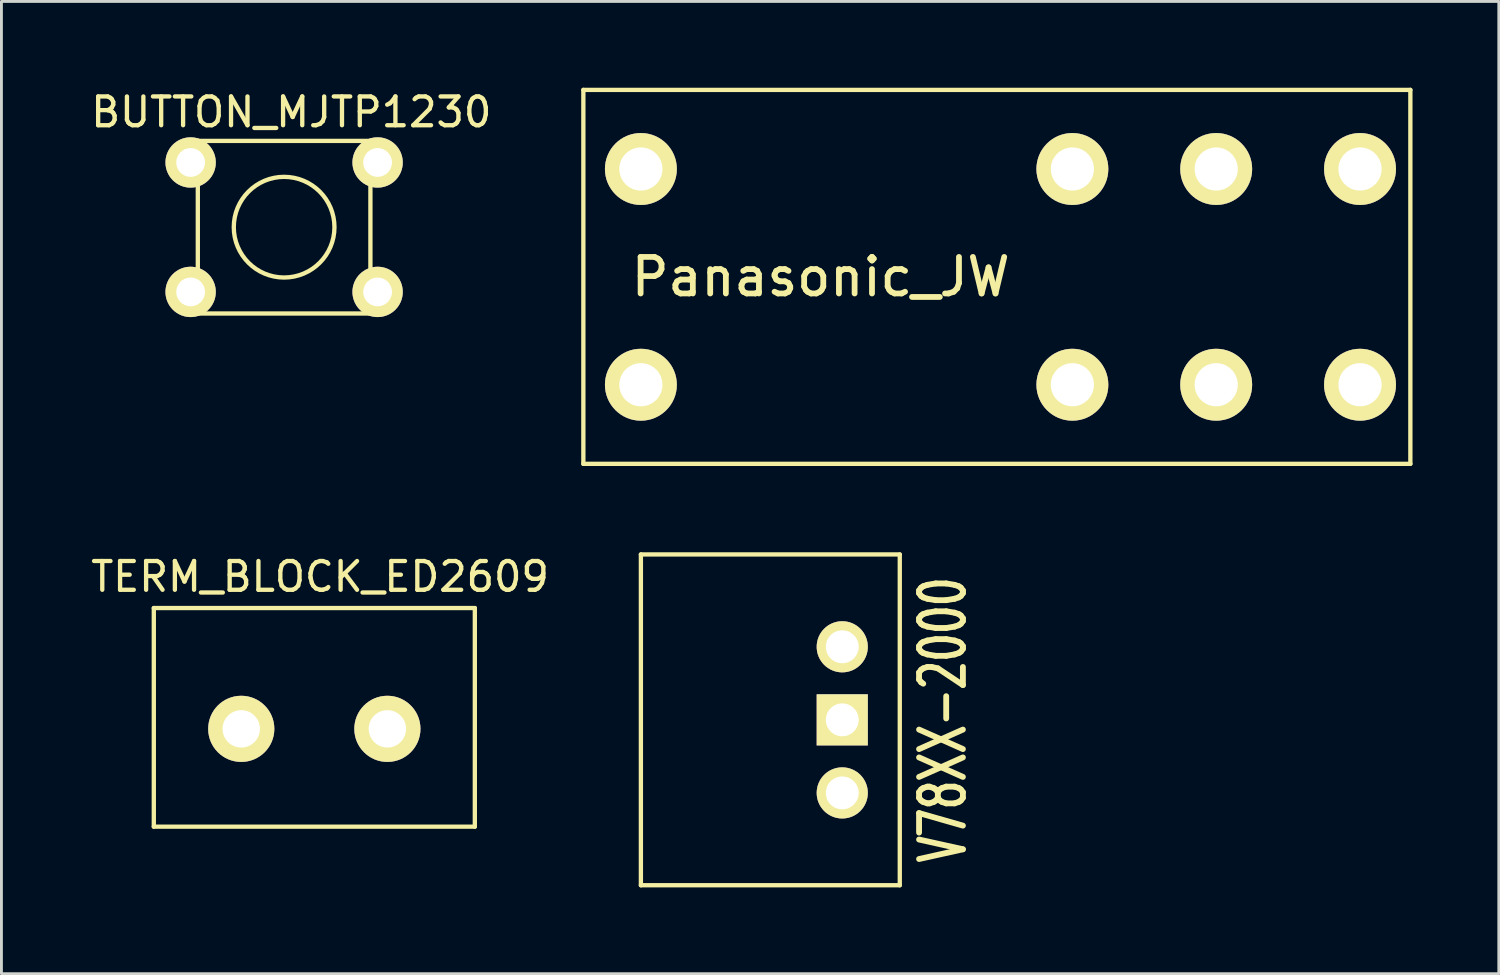
<source format=kicad_pcb>
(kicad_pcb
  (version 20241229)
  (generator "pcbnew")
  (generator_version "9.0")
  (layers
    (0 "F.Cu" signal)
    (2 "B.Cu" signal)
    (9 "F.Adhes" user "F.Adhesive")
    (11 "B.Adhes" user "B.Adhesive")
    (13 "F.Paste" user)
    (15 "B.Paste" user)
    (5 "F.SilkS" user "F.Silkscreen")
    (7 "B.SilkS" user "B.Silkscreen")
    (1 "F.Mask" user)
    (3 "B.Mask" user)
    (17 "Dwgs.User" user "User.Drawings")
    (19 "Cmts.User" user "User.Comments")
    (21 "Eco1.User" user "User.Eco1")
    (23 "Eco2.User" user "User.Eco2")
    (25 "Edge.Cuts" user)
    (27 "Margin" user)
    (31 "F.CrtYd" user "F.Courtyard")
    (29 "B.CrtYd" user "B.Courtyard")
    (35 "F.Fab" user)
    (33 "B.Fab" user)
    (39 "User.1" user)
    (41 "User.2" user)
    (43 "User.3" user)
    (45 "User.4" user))
  (footprint "Panasonic_JW"
    (layer "F.Cu")
    (at 33.73 6.575)
    (property "Reference" "Panasonic_JW" (at -8.25 0 0) (layer "F.SilkS") (effects (font (size 1.27 1.27) (thickness 0.201))))
    (attr exclude_from_pos_files exclude_from_bom)
    (fp_line (start -16.5 -6.5) (end -16.5 6.5) (stroke (width 0.15) (type solid)) (layer "F.SilkS"))
    (fp_line (start -16.5 -6.5) (end 12.25 -6.5) (stroke (width 0.15) (type solid)) (layer "F.SilkS"))
    (fp_line (start -16.5 6.5) (end 12.25 6.5) (stroke (width 0.15) (type solid)) (layer "F.SilkS"))
    (fp_line (start 12.25 -6.5) (end 12.25 6.5) (stroke (width 0.15) (type solid)) (layer "F.SilkS"))
    (pad "1" thru_hole circle (at -14.5 3.75) (size 2.5 2.5) (drill 1.5) (layers "*.Cu" "*.Mask" "F.SilkS"))
    (pad "2" thru_hole circle (at 0.5 3.75) (size 2.5 2.5) (drill 1.5) (layers "*.Cu" "*.Mask" "F.SilkS"))
    (pad "3" thru_hole circle (at 5.5 3.75) (size 2.5 2.5) (drill 1.5) (layers "*.Cu" "*.Mask" "F.SilkS"))
    (pad "4" thru_hole circle (at 10.5 3.75) (size 2.5 2.5) (drill 1.5) (layers "*.Cu" "*.Mask" "F.SilkS"))
    (pad "5" thru_hole circle (at 10.5 -3.75) (size 2.5 2.5) (drill 1.5) (layers "*.Cu" "*.Mask" "F.SilkS"))
    (pad "6" thru_hole circle (at 5.5 -3.75) (size 2.5 2.5) (drill 1.5) (layers "*.Cu" "*.Mask" "F.SilkS"))
    (pad "7" thru_hole circle (at 0.5 -3.75) (size 2.5 2.5) (drill 1.5) (layers "*.Cu" "*.Mask" "F.SilkS"))
    (pad "8" thru_hole circle (at -14.5 -3.75) (size 2.5 2.5) (drill 1.5) (layers "*.Cu" "*.Mask" "F.SilkS")))
  (footprint "V78XX-2000"
    (layer "F.Cu")
    (at 26.23 21.975)
    (property "Reference" "V78XX-2000" (at 3.5 0 90) (layer "F.SilkS") (effects (font (size 1.524 1.016) (thickness 0.203))))
    (attr through_hole)
    (fp_line (start -7 -5.75) (end -7 5.75) (stroke (width 0.15) (type solid)) (layer "F.SilkS"))
    (fp_line (start -7 -5.75) (end 2 -5.75) (stroke (width 0.15) (type solid)) (layer "F.SilkS"))
    (fp_line (start 2 -5.75) (end 2 5.75) (stroke (width 0.15) (type solid)) (layer "F.SilkS"))
    (fp_line (start 2 5.75) (end -7 5.75) (stroke (width 0.15) (type solid)) (layer "F.SilkS"))
    (pad "GND" thru_hole rect (at 0 0) (size 1.778 1.778) (drill 1.143) (layers "*.Cu" "*.Mask" "F.SilkS"))
    (pad "VI" thru_hole circle (at 0 -2.54) (size 1.778 1.778) (drill 1.143) (layers "*.Cu" "*.Mask" "F.SilkS"))
    (pad "VO" thru_hole circle (at 0 2.54) (size 1.778 1.778) (drill 1.143) (layers "*.Cu" "*.Mask" "F.SilkS")))
  (footprint "BUTTON_MJTP1230"
    (layer "F.Cu")
    (at 6.827 4.848)
    (property "Reference" "BUTTON_MJTP1230" (at 0.25 -4 0) (layer "F.SilkS") (effects (font (size 1 1) (thickness 0.15))))
    (attr through_hole)
    (fp_line (start -3 -3) (end 3 -3) (stroke (width 0.15) (type solid)) (layer "F.SilkS"))
    (fp_line (start -3 3) (end -3 -3) (stroke (width 0.15) (type solid)) (layer "F.SilkS"))
    (fp_line (start 3 -3) (end 3 3) (stroke (width 0.15) (type solid)) (layer "F.SilkS"))
    (fp_line (start 3 3) (end -3 3) (stroke (width 0.15) (type solid)) (layer "F.SilkS"))
    (fp_circle (center 0 0) (end 0 -1.75) (stroke (width 0.15) (type solid)) (fill no) (layer "F.SilkS"))
    (pad "1" thru_hole circle (at -3.25 -2.25) (size 1.75 1.75) (drill 1) (layers "*.Cu" "*.Mask" "F.SilkS"))
    (pad "1" thru_hole circle (at 3.25 -2.25) (size 1.75 1.75) (drill 1) (layers "*.Cu" "*.Mask" "F.SilkS"))
    (pad "2" thru_hole circle (at -3.25 2.25) (size 1.75 1.75) (drill 1) (layers "*.Cu" "*.Mask" "F.SilkS"))
    (pad "2" thru_hole circle (at 3.25 2.25) (size 1.75 1.75) (drill 1) (layers "*.Cu" "*.Mask" "F.SilkS")))
  (footprint "TERM_BLOCK_ED2609"
    (layer "F.Cu")
    (at 7.877 21.888)
    (property "Reference" "TERM_BLOCK_ED2609" (at 0.2 -4.89 0) (layer "F.SilkS") (effects (font (size 1 1) (thickness 0.15))))
    (attr through_hole)
    (fp_line (start -5.58 -3.8) (end 5.58 -3.8) (stroke (width 0.15) (type solid)) (layer "F.SilkS"))
    (fp_line (start -5.58 3.8) (end -5.58 -3.8) (stroke (width 0.15) (type solid)) (layer "F.SilkS"))
    (fp_line (start 5.58 -3.8) (end 5.58 3.8) (stroke (width 0.15) (type solid)) (layer "F.SilkS"))
    (fp_line (start 5.58 3.8) (end -5.58 3.8) (stroke (width 0.15) (type solid)) (layer "F.SilkS"))
    (pad "1" thru_hole circle (at -2.54 0.4) (size 2.3 2.3) (drill 1.3) (layers "*.Cu" "*.Mask" "F.SilkS"))
    (pad "2" thru_hole circle (at 2.54 0.4) (size 2.3 2.3) (drill 1.3) (layers "*.Cu" "*.Mask" "F.SilkS")))
  (gr_rect
    (start -3 -3)
    (end 49.055 30.8)
    (stroke (width 0.1) (type default))
    (fill no)
    (layer "Edge.Cuts")))
</source>
